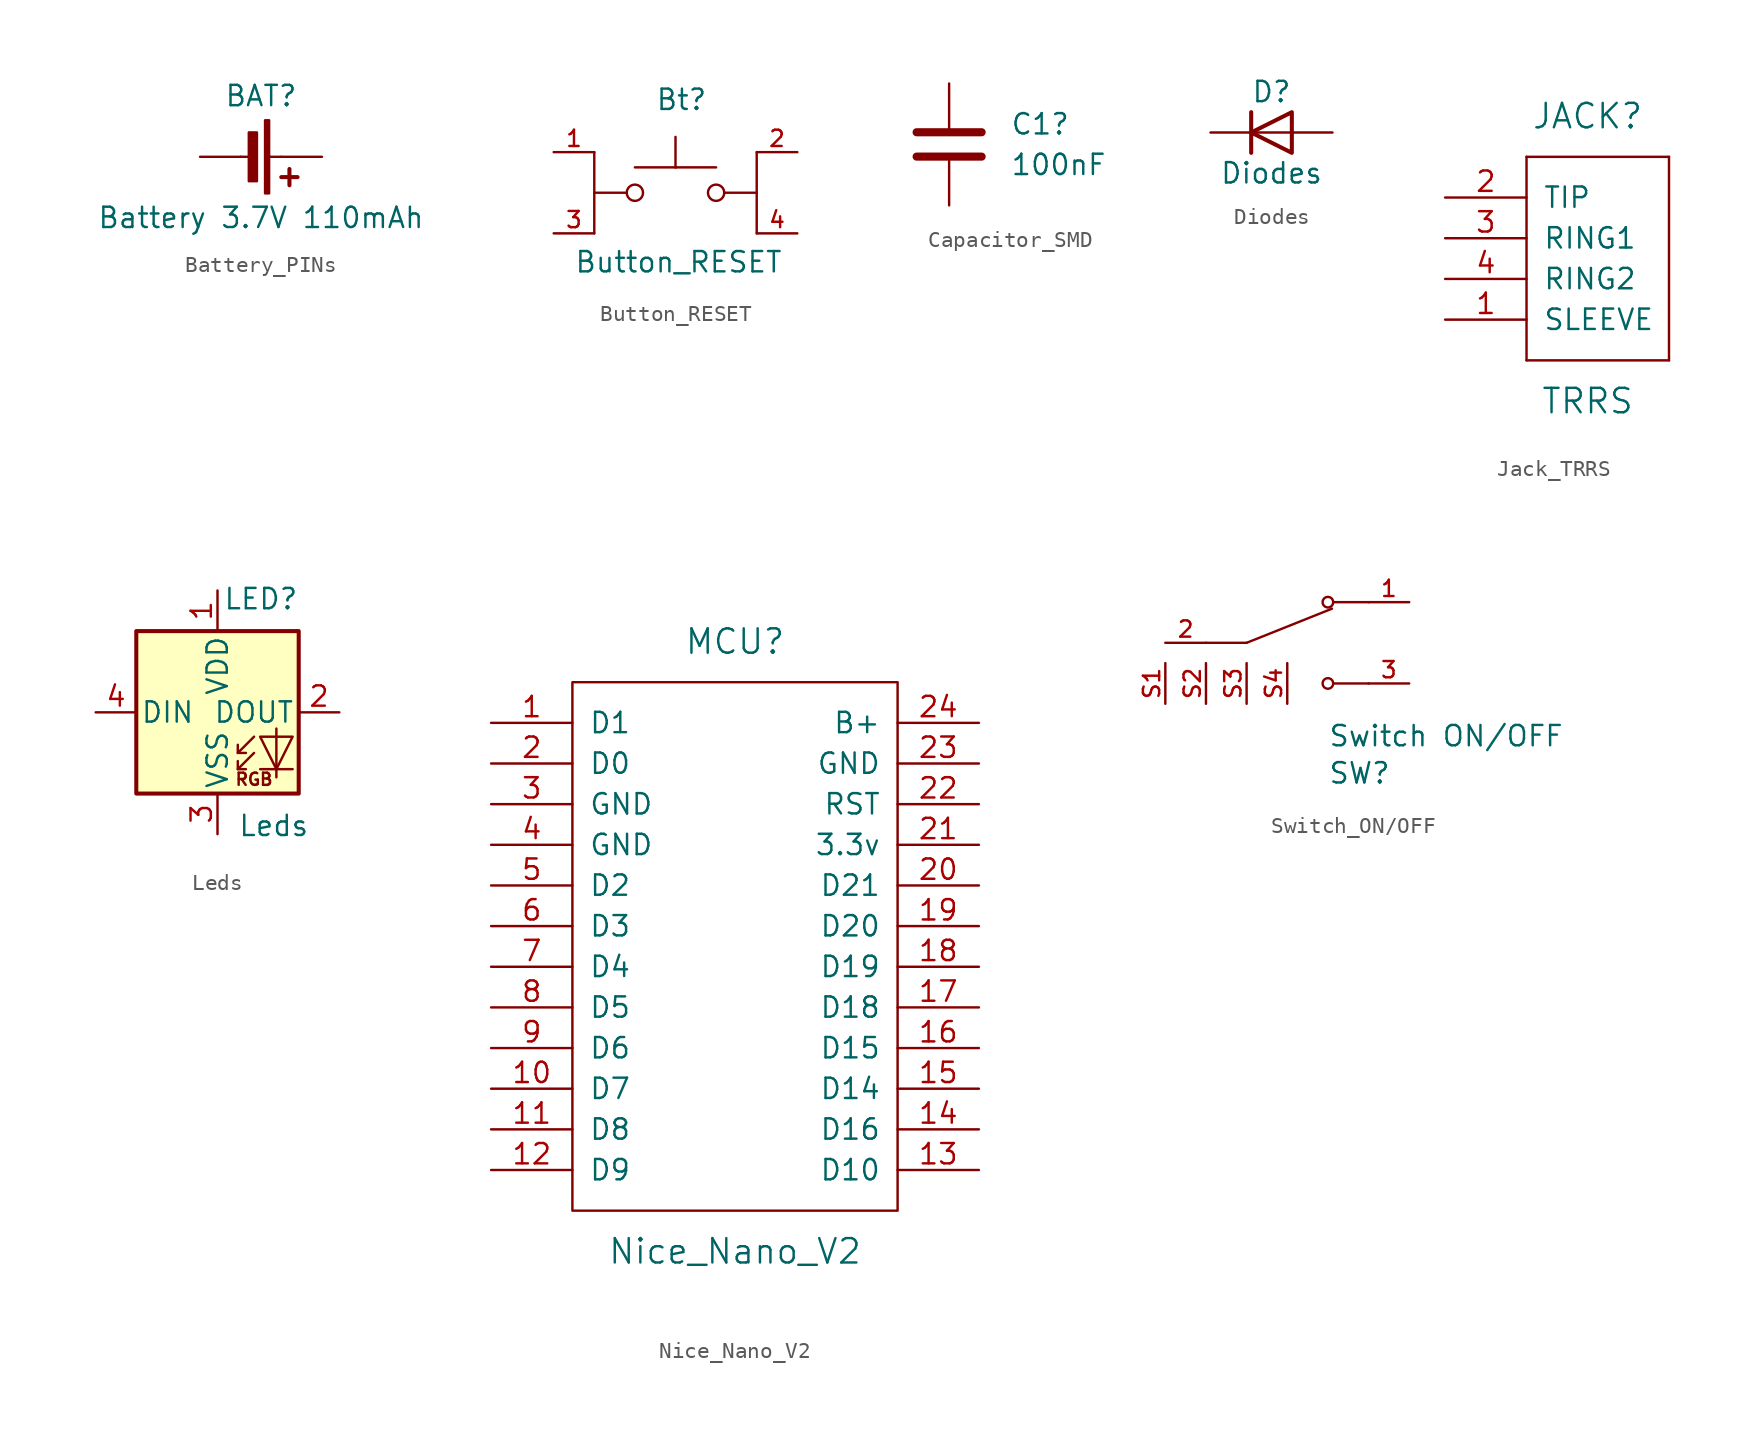
<source format=kicad_sym>
(kicad_symbol_lib
  (version 20220914)
  (generator kicad_symbol_editor)
  (symbol "Battery_PINs"
    (pin_numbers hide)
    (pin_names
      (offset 0) hide)
    (property "Reference" "BAT"
      (at 0 3.81 0)
      (effects (font (size 1.27 1.27))))
    (property "Value" "Battery 3.7V 110mAh"
      (at 0 -3.81 0)
      (effects (font (size 1.27 1.27))))
    (symbol "Battery_PINs_0_1"
      (rectangle (start -0.254 1.524) (end -0.762 -1.524) (stroke (width 0) (type default)) (fill (type outline)))
      (polyline (pts (xy -0.508 0) (xy -1.27 0)) (stroke (width 0) (type default)) (fill (type none)))
      (polyline (pts (xy 0.508 0) (xy 1.27 0)) (stroke (width 0) (type default)) (fill (type none)))
      (polyline (pts (xy 1.778 -0.762) (xy 1.778 -1.778)) (stroke (width 0.254) (type default)) (fill (type none)))
      (polyline (pts (xy 2.286 -1.27) (xy 1.27 -1.27)) (stroke (width 0.254) (type default)) (fill (type none)))
      (rectangle (start 0.508 2.286) (end 0.254 -2.286) (stroke (width 0) (type default)) (fill (type outline))))
    (symbol "Battery_PINs_1_1"
      (pin passive line (at 3.81 0 180) (length 2.54) (name "+" (effects (font (size 1.27 1.27)))) (number "1" (effects (font (size 1.27 1.27)))))
      (pin passive line (at -3.81 0 0) (length 2.54) (name "-" (effects (font (size 1.27 1.27)))) (number "2" (effects (font (size 1.27 1.27)))))))
  (symbol "Button_RESET"
    (pin_names
      (offset 1.016))
    (property "Reference" "Bt"
      (at -1.27 5.08 0)
      (effects (font (size 1.27 1.27)) (justify left bottom)))
    (property "Value" "Button_RESET"
      (at -6.35 -5.08 0)
      (effects (font (size 1.27 1.27)) (justify left bottom)))
    (symbol "Button_RESET_0_0"
      (circle (center -2.54 0) (radius 0.508) (stroke (width 0.152) (type default)) (fill (type none)))
      (polyline (pts (xy -5.08 0) (xy -3.048 0)) (stroke (width 0.152) (type default)) (fill (type none)))
      (polyline (pts (xy -5.08 2.54) (xy -5.08 -2.54)) (stroke (width 0.152) (type default)) (fill (type none)))
      (polyline (pts (xy -2.54 1.587) (xy 0 1.587)) (stroke (width 0.152) (type default)) (fill (type none)))
      (polyline (pts (xy 0 1.587) (xy 0 3.493)) (stroke (width 0.152) (type default)) (fill (type none)))
      (polyline (pts (xy 0 1.587) (xy 2.54 1.587)) (stroke (width 0.152) (type default)) (fill (type none)))
      (polyline (pts (xy 5.08 0) (xy 3.048 0)) (stroke (width 0.152) (type default)) (fill (type none)))
      (polyline (pts (xy 5.08 2.54) (xy 5.08 -2.54)) (stroke (width 0.152) (type default)) (fill (type none)))
      (circle (center 2.54 0) (radius 0.508) (stroke (width 0.152) (type default)) (fill (type none)))
      (pin passive line (at -7.62 2.54 0) (length 2.54) (name "~" (effects (font (size 1.016 1.016)))) (number "1" (effects (font (size 1.016 1.016)))))
      (pin passive line (at 7.62 2.54 180) (length 2.54) (name "~" (effects (font (size 1.016 1.016)))) (number "2" (effects (font (size 1.016 1.016)))))
      (pin passive line (at -7.62 -2.54 0) (length 2.54) (name "~" (effects (font (size 1.016 1.016)))) (number "3" (effects (font (size 1.016 1.016)))))
      (pin passive line (at 7.62 -2.54 180) (length 2.54) (name "~" (effects (font (size 1.016 1.016)))) (number "4" (effects (font (size 1.016 1.016)))))))
  (symbol "Capacitor_SMD"
    (pin_numbers hide)
    (pin_names
      (offset 0.254))
    (property "Reference" "C1"
      (at 3.81 1.27 0)
      (effects (font (size 1.27 1.27)) (justify left)))
    (property "Value" "100nF"
      (at 3.81 -1.27 0)
      (effects (font (size 1.27 1.27)) (justify left)))
    (symbol "Capacitor_SMD_0_1"
      (polyline (pts (xy -2.032 -0.762) (xy 2.032 -0.762)) (stroke (width 0.508) (type default)) (fill (type none)))
      (polyline (pts (xy -2.032 0.762) (xy 2.032 0.762)) (stroke (width 0.508) (type default)) (fill (type none))))
    (symbol "Capacitor_SMD_1_1"
      (pin passive line (at 0 3.81 270) (length 2.794) (name "~" (effects (font (size 1.27 1.27)))) (number "1" (effects (font (size 1.27 1.27)))))
      (pin passive line (at 0 -3.81 90) (length 2.794) (name "~" (effects (font (size 1.27 1.27)))) (number "2" (effects (font (size 1.27 1.27)))))))
  (symbol "Diodes"
    (pin_numbers hide)
    (pin_names hide)
    (property "Reference" "D"
      (at 0 2.54 0)
      (effects (font (size 1.27 1.27))))
    (property "Value" "Diodes"
      (at 0 -2.54 0)
      (effects (font (size 1.27 1.27))))
    (symbol "Diodes_0_1"
      (polyline (pts (xy -1.27 1.27) (xy -1.27 -1.27)) (stroke (width 0.254) (type default)) (fill (type none)))
      (polyline (pts (xy 1.27 0) (xy -1.27 0)) (stroke (width 0) (type default)) (fill (type none)))
      (polyline (pts (xy 1.27 1.27) (xy 1.27 -1.27) (xy -1.27 0) (xy 1.27 1.27)) (stroke (width 0.254) (type default)) (fill (type none))))
    (symbol "Diodes_1_1"
      (pin passive line (at -3.81 0 0) (length 2.54) (name "K" (effects (font (size 1.27 1.27)))) (number "1" (effects (font (size 1.27 1.27)))))
      (pin passive line (at 3.81 0 180) (length 2.54) (name "A" (effects (font (size 1.27 1.27)))) (number "2" (effects (font (size 1.27 1.27)))))))
  (symbol "Jack_TRRS"
    (pin_names
      (offset 1.016))
    (property "Reference" "JACK"
      (at 0 15.24 0)
      (effects (font (size 1.524 1.524))))
    (property "Value" "TRRS"
      (at 0 -2.54 0)
      (effects (font (size 1.524 1.524))))
    (symbol "Jack_TRRS_0_1"
      (rectangle (start -3.81 0) (end -3.81 12.7) (stroke (width 0) (type solid)) (fill (type none)))
      (rectangle (start -3.81 0) (end 5.08 0) (stroke (width 0) (type solid)) (fill (type none)))
      (rectangle (start -3.81 12.7) (end 5.08 12.7) (stroke (width 0) (type solid)) (fill (type none)))
      (rectangle (start 5.08 12.7) (end 5.08 0) (stroke (width 0) (type solid)) (fill (type none))))
    (symbol "Jack_TRRS_1_1"
      (pin input line (at -8.89 2.54 0) (length 5.08) (name "SLEEVE" (effects (font (size 1.27 1.27)))) (number "1" (effects (font (size 1.27 1.27)))))
      (pin input line (at -8.89 10.16 0) (length 5.08) (name "TIP" (effects (font (size 1.27 1.27)))) (number "2" (effects (font (size 1.27 1.27)))))
      (pin input line (at -8.89 7.62 0) (length 5.08) (name "RING1" (effects (font (size 1.27 1.27)))) (number "3" (effects (font (size 1.27 1.27)))))
      (pin input line (at -8.89 5.08 0) (length 5.08) (name "RING2" (effects (font (size 1.27 1.27)))) (number "4" (effects (font (size 1.27 1.27)))))))
  (symbol "Leds"
    (pin_names
      (offset 0.254))
    (property "Reference" "LED"
      (at 5.08 6.35 0)
      (effects (font (size 1.27 1.27)) (justify right bottom)))
    (property "Value" "Leds"
      (at 1.27 -6.35 0)
      (effects (font (size 1.27 1.27)) (justify left top)))
    (symbol "Leds_0_0"
      (text "RGB" (at 2.286 -4.191 0) (effects (font (size 0.762 0.762)))))
    (symbol "Leds_0_1"
      (polyline (pts (xy 1.27 -3.556) (xy 1.778 -3.556)) (stroke (width 0) (type default)) (fill (type none)))
      (polyline (pts (xy 1.27 -2.54) (xy 1.778 -2.54)) (stroke (width 0) (type default)) (fill (type none)))
      (polyline (pts (xy 4.699 -3.556) (xy 2.667 -3.556)) (stroke (width 0) (type default)) (fill (type none)))
      (polyline (pts (xy 2.286 -2.54) (xy 1.27 -3.556) (xy 1.27 -3.048)) (stroke (width 0) (type default)) (fill (type none)))
      (polyline (pts (xy 2.286 -1.524) (xy 1.27 -2.54) (xy 1.27 -2.032)) (stroke (width 0) (type default)) (fill (type none)))
      (polyline (pts (xy 3.683 -1.016) (xy 3.683 -3.556) (xy 3.683 -4.064)) (stroke (width 0) (type default)) (fill (type none)))
      (polyline (pts (xy 4.699 -1.524) (xy 2.667 -1.524) (xy 3.683 -3.556) (xy 4.699 -1.524)) (stroke (width 0) (type default)) (fill (type none)))
      (rectangle (start 5.08 5.08) (end -5.08 -5.08) (stroke (width 0.254) (type default)) (fill (type background))))
    (symbol "Leds_1_1"
      (pin power_in line (at 0 7.62 270) (length 2.54) (name "VDD" (effects (font (size 1.27 1.27)))) (number "1" (effects (font (size 1.27 1.27)))))
      (pin output line (at 7.62 0 180) (length 2.54) (name "DOUT" (effects (font (size 1.27 1.27)))) (number "2" (effects (font (size 1.27 1.27)))))
      (pin power_in line (at 0 -7.62 90) (length 2.54) (name "VSS" (effects (font (size 1.27 1.27)))) (number "3" (effects (font (size 1.27 1.27)))))
      (pin input line (at -7.62 0 0) (length 2.54) (name "DIN" (effects (font (size 1.27 1.27)))) (number "4" (effects (font (size 1.27 1.27)))))))
  (symbol "Nice_Nano_V2"
    (pin_names
      (offset 1.016))
    (property "Reference" "MCU"
      (at 0 19.05 0)
      (effects (font (size 1.524 1.524))))
    (property "Value" "Nice_Nano_V2"
      (at 0 -19.05 0)
      (effects (font (size 1.524 1.524))))
    (symbol "Nice_Nano_V2_0_1"
      (rectangle (start -10.16 16.51) (end 10.16 -16.51) (stroke (width 0) (type solid)) (fill (type none))))
    (symbol "Nice_Nano_V2_1_1"
      (pin input line (at -15.24 13.97 0) (length 5.08) (name "D1" (effects (font (size 1.27 1.27)))) (number "1" (effects (font (size 1.27 1.27)))))
      (pin input line (at -15.24 -8.89 0) (length 5.08) (name "D7" (effects (font (size 1.27 1.27)))) (number "10" (effects (font (size 1.27 1.27)))))
      (pin input line (at -15.24 -11.43 0) (length 5.08) (name "D8" (effects (font (size 1.27 1.27)))) (number "11" (effects (font (size 1.27 1.27)))))
      (pin input line (at -15.24 -13.97 0) (length 5.08) (name "D9" (effects (font (size 1.27 1.27)))) (number "12" (effects (font (size 1.27 1.27)))))
      (pin input line (at 15.24 -13.97 180) (length 5.08) (name "D10" (effects (font (size 1.27 1.27)))) (number "13" (effects (font (size 1.27 1.27)))))
      (pin input line (at 15.24 -11.43 180) (length 5.08) (name "D16" (effects (font (size 1.27 1.27)))) (number "14" (effects (font (size 1.27 1.27)))))
      (pin input line (at 15.24 -8.89 180) (length 5.08) (name "D14" (effects (font (size 1.27 1.27)))) (number "15" (effects (font (size 1.27 1.27)))))
      (pin input line (at 15.24 -6.35 180) (length 5.08) (name "D15" (effects (font (size 1.27 1.27)))) (number "16" (effects (font (size 1.27 1.27)))))
      (pin input line (at 15.24 -3.81 180) (length 5.08) (name "D18" (effects (font (size 1.27 1.27)))) (number "17" (effects (font (size 1.27 1.27)))))
      (pin input line (at 15.24 -1.27 180) (length 5.08) (name "D19" (effects (font (size 1.27 1.27)))) (number "18" (effects (font (size 1.27 1.27)))))
      (pin input line (at 15.24 1.27 180) (length 5.08) (name "D20" (effects (font (size 1.27 1.27)))) (number "19" (effects (font (size 1.27 1.27)))))
      (pin input line (at -15.24 11.43 0) (length 5.08) (name "D0" (effects (font (size 1.27 1.27)))) (number "2" (effects (font (size 1.27 1.27)))))
      (pin input line (at 15.24 3.81 180) (length 5.08) (name "D21" (effects (font (size 1.27 1.27)))) (number "20" (effects (font (size 1.27 1.27)))))
      (pin input line (at 15.24 6.35 180) (length 5.08) (name "3.3v" (effects (font (size 1.27 1.27)))) (number "21" (effects (font (size 1.27 1.27)))))
      (pin input line (at 15.24 8.89 180) (length 5.08) (name "RST" (effects (font (size 1.27 1.27)))) (number "22" (effects (font (size 1.27 1.27)))))
      (pin input line (at 15.24 11.43 180) (length 5.08) (name "GND" (effects (font (size 1.27 1.27)))) (number "23" (effects (font (size 1.27 1.27)))))
      (pin input line (at 15.24 13.97 180) (length 5.08) (name "B+" (effects (font (size 1.27 1.27)))) (number "24" (effects (font (size 1.27 1.27)))))
      (pin input line (at -15.24 8.89 0) (length 5.08) (name "GND" (effects (font (size 1.27 1.27)))) (number "3" (effects (font (size 1.27 1.27)))))
      (pin input line (at -15.24 6.35 0) (length 5.08) (name "GND" (effects (font (size 1.27 1.27)))) (number "4" (effects (font (size 1.27 1.27)))))
      (pin input line (at -15.24 3.81 0) (length 5.08) (name "D2" (effects (font (size 1.27 1.27)))) (number "5" (effects (font (size 1.27 1.27)))))
      (pin input line (at -15.24 1.27 0) (length 5.08) (name "D3" (effects (font (size 1.27 1.27)))) (number "6" (effects (font (size 1.27 1.27)))))
      (pin input line (at -15.24 -1.27 0) (length 5.08) (name "D4" (effects (font (size 1.27 1.27)))) (number "7" (effects (font (size 1.27 1.27)))))
      (pin input line (at -15.24 -3.81 0) (length 5.08) (name "D5" (effects (font (size 1.27 1.27)))) (number "8" (effects (font (size 1.27 1.27)))))
      (pin input line (at -15.24 -6.35 0) (length 5.08) (name "D6" (effects (font (size 1.27 1.27)))) (number "9" (effects (font (size 1.27 1.27)))))))
  (symbol "Switch_ON/OFF"
    (pin_names
      (offset 1.016))
    (property "Reference" "SW"
      (at 2.54 -8.89 0)
      (effects (font (size 1.27 1.27)) (justify left bottom)))
    (property "Value" "Switch ON/OFF"
      (at 2.54 -5.08 0)
      (effects (font (size 1.27 1.27)) (justify left top)))
    (symbol "Switch_ON/OFF_0_0"
      (polyline (pts (xy -2.54 0) (xy -5.08 0)) (stroke (width 0.152) (type default)) (fill (type none)))
      (polyline (pts (xy -2.54 0) (xy 2.794 2.134)) (stroke (width 0.152) (type default)) (fill (type none)))
      (polyline (pts (xy 5.08 -2.54) (xy 2.921 -2.54)) (stroke (width 0.152) (type default)) (fill (type none)))
      (polyline (pts (xy 5.08 2.54) (xy 2.921 2.54)) (stroke (width 0.152) (type default)) (fill (type none)))
      (circle (center 2.54 -2.54) (radius 0.33) (stroke (width 0.152) (type default)) (fill (type none)))
      (circle (center 2.54 2.54) (radius 0.33) (stroke (width 0.152) (type default)) (fill (type none)))
      (pin passive line (at 7.62 2.54 180) (length 2.54) (name "~" (effects (font (size 1.016 1.016)))) (number "1" (effects (font (size 1.016 1.016)))))
      (pin passive line (at -7.62 0 0) (length 2.54) (name "~" (effects (font (size 1.016 1.016)))) (number "2" (effects (font (size 1.016 1.016)))))
      (pin passive line (at 7.62 -2.54 180) (length 2.54) (name "~" (effects (font (size 1.016 1.016)))) (number "3" (effects (font (size 1.016 1.016))))))
    (symbol "Switch_ON/OFF_1_0"
      (pin passive line (at -7.62 -3.81 90) (length 2.54) (name "S1" (effects (font (size 0 0)))) (number "S1" (effects (font (size 1.016 1.016)))))
      (pin passive line (at -5.08 -3.81 90) (length 2.54) (name "S2" (effects (font (size 0 0)))) (number "S2" (effects (font (size 1.016 1.016)))))
      (pin passive line (at -2.54 -3.81 90) (length 2.54) (name "S3" (effects (font (size 0 0)))) (number "S3" (effects (font (size 1.016 1.016)))))
      (pin passive line (at 0 -3.81 90) (length 2.54) (name "S4" (effects (font (size 0 0)))) (number "S4" (effects (font (size 1.016 1.016))))))))
</source>
